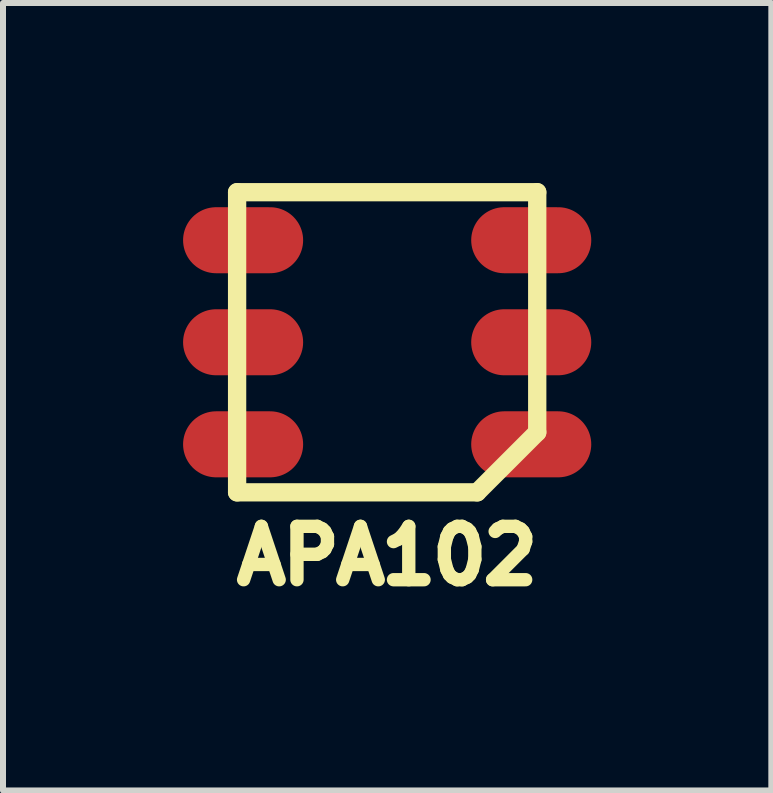
<source format=kicad_pcb>
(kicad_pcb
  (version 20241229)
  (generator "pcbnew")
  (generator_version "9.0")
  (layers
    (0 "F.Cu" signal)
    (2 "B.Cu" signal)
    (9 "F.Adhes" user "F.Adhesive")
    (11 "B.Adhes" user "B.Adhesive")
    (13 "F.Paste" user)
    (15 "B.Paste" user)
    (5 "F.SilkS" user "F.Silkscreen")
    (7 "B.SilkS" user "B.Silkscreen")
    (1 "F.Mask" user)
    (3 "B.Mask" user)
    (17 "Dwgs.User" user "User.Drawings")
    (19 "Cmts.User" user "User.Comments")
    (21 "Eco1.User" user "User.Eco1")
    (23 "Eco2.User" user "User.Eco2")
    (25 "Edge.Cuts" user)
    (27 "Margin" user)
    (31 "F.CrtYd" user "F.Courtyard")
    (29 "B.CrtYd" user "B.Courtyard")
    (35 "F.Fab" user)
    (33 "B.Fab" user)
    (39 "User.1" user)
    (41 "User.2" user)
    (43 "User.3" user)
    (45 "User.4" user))
  (footprint "APA102"
    (layer "F.Cu")
    (at 3.4 2.652)
    (property "Reference" "APA102" (at 0 3.556 0) (layer "F.SilkS") (effects (font (size 0.889 0.889) (thickness 0.305))))
    (attr through_hole)
    (fp_line (start -2.5 -2.5) (end -2.5 2.5) (stroke (width 0.305) (type solid)) (layer "F.SilkS"))
    (fp_line (start -2.5 -2.5) (end 2.5 -2.5) (stroke (width 0.305) (type solid)) (layer "F.SilkS"))
    (fp_line (start -2.5 2.5) (end 1.5 2.5) (stroke (width 0.305) (type solid)) (layer "F.SilkS"))
    (fp_line (start 1.5 2.5) (end 2.5 1.5) (stroke (width 0.305) (type solid)) (layer "F.SilkS"))
    (fp_line (start 2.5 -2.5) (end 2.5 1.5) (stroke (width 0.305) (type solid)) (layer "F.SilkS"))
    (pad "1" smd oval (at 2.4 1.7) (size 2 1.1) (layers "F.Cu" "F.Mask" "F.Paste"))
    (pad "2" smd oval (at 2.4 0) (size 2 1.1) (layers "F.Cu" "F.Mask" "F.Paste"))
    (pad "3" smd oval (at 2.4 -1.7) (size 2 1.1) (layers "F.Cu" "F.Mask" "F.Paste"))
    (pad "4" smd oval (at -2.4 -1.7 180) (size 2 1.1) (layers "F.Cu" "F.Mask" "F.Paste"))
    (pad "5" smd oval (at -2.4 0 180) (size 2 1.1) (layers "F.Cu" "F.Mask" "F.Paste"))
    (pad "6" smd oval (at -2.4 1.7 180) (size 2 1.1) (layers "F.Cu" "F.Mask" "F.Paste")))
  (gr_rect
    (start -3 -3)
    (end 9.8 10.119)
    (stroke (width 0.1) (type default))
    (fill no)
    (layer "Edge.Cuts")))
</source>
